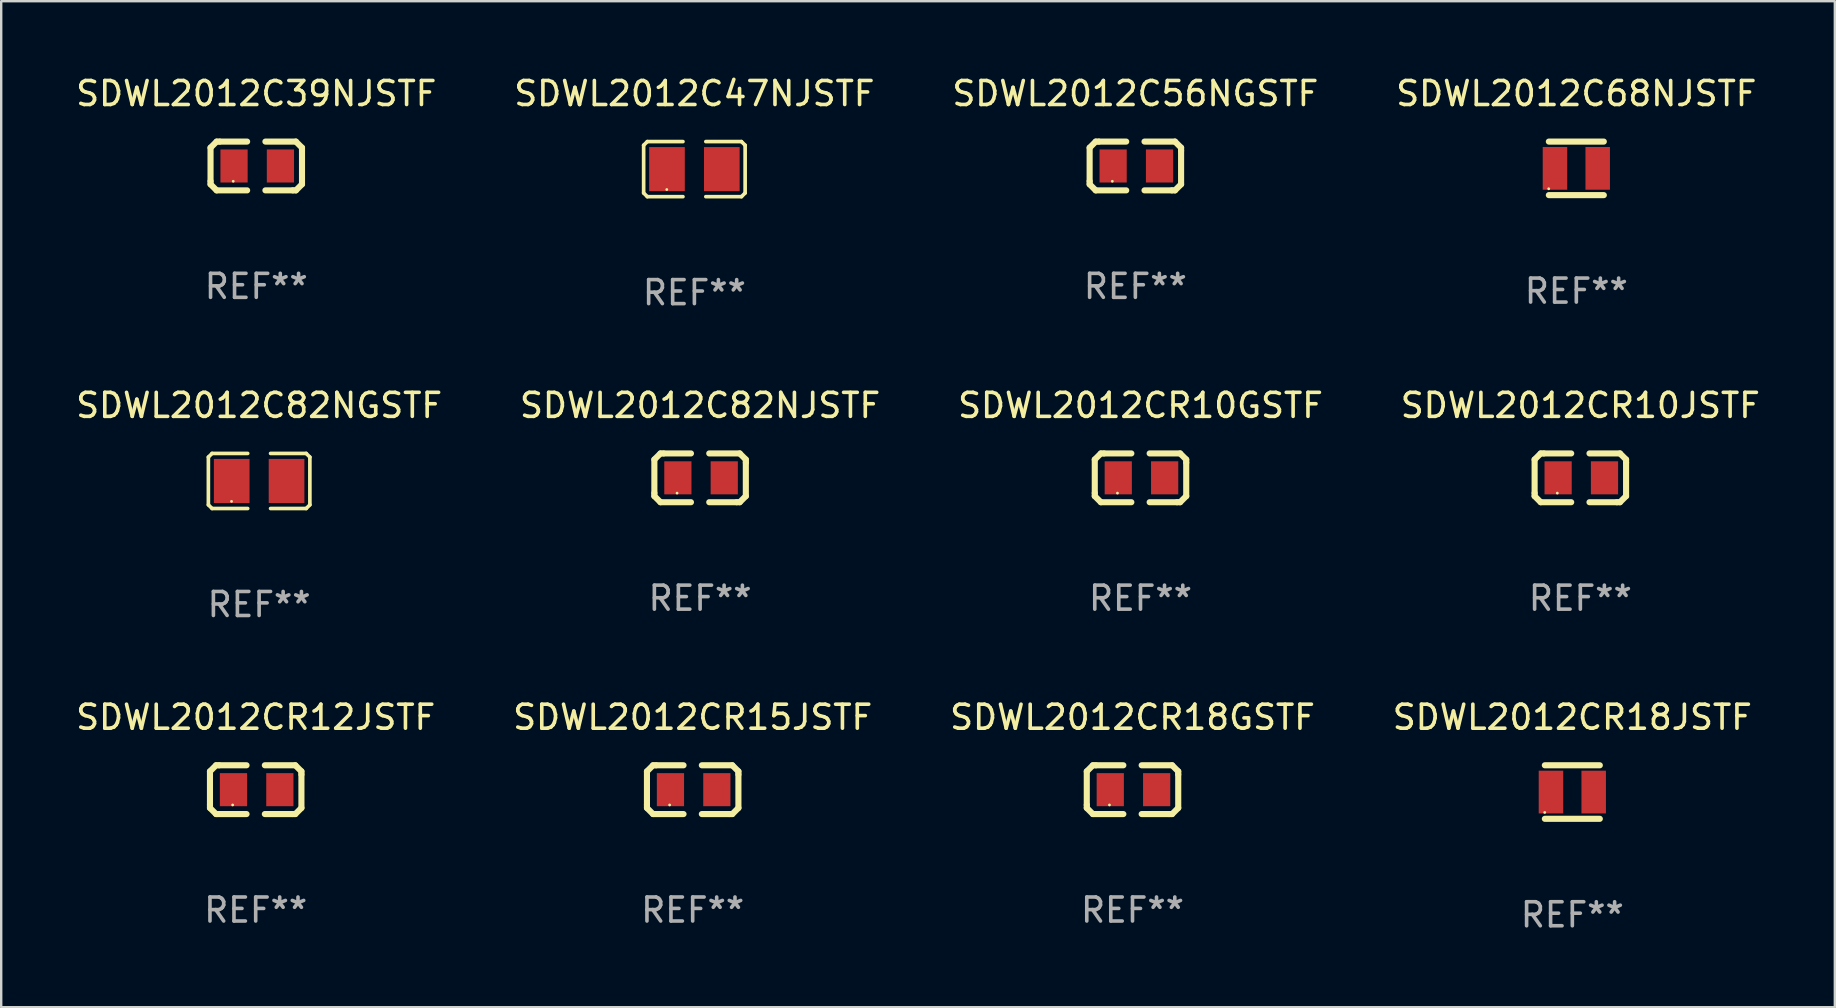
<source format=kicad_pcb>
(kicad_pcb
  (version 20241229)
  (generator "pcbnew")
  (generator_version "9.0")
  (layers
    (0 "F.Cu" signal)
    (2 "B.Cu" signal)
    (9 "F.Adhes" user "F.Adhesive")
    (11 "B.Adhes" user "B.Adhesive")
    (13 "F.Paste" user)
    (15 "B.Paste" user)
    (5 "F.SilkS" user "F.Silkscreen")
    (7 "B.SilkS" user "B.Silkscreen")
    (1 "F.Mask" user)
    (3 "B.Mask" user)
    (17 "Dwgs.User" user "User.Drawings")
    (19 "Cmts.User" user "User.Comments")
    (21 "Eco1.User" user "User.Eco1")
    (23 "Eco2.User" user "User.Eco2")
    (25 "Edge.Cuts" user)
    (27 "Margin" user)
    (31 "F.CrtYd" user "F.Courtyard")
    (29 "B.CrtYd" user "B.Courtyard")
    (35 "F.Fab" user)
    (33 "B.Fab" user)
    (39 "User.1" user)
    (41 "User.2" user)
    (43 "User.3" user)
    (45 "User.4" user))
  (footprint "SDWL2012C68NJSTF"
    (layer "F.Cu")
    (at 62.613 3.963)
    (property "Reference" "SDWL2012C68NJSTF" (at 0 -3.115 0) (layer "F.SilkS") (effects (font (size 1 1) (thickness 0.15))))
    (attr through_hole)
    (fp_line (start -1.145 -1.115) (end 1.145 -1.115) (stroke (width 0.254) (type solid)) (layer "F.SilkS"))
    (fp_line (start -1.145 1.115) (end 1.145 1.115) (stroke (width 0.254) (type solid)) (layer "F.SilkS"))
    (fp_circle (center -1.15 0.85) (end -1.12 0.85) (stroke (width 0.06) (type solid)) (fill no) (layer "F.SilkS"))
    (fp_text user "REF**" (at 0 5.115 0) (layer "F.Fab") (effects (font (size 1 1) (thickness 0.15))))
    (pad "1" smd rect (at -0.89 0 90) (size 1.78 1.02) (layers "F.Cu" "F.Mask" "F.Paste"))
    (pad "2" smd rect (at 0.89 0 90) (size 1.78 1.02) (layers "F.Cu" "F.Mask" "F.Paste")))
  (footprint "SDWL2012CR15JSTF"
    (layer "F.Cu")
    (at 25.804 29.844)
    (property "Reference" "SDWL2012CR15JSTF" (at 0 -3.016 0) (layer "F.SilkS") (effects (font (size 1 1) (thickness 0.15))))
    (attr through_hole)
    (fp_line (start -1.905 -0.762) (end -1.905 0.635) (stroke (width 0.254) (type solid)) (layer "F.SilkS"))
    (fp_line (start -1.905 0.635) (end -1.905 0.762) (stroke (width 0.254) (type solid)) (layer "F.SilkS"))
    (fp_line (start -1.905 0.762) (end -1.651 1.016) (stroke (width 0.254) (type solid)) (layer "F.SilkS"))
    (fp_line (start -1.651 -1.016) (end -1.905 -0.762) (stroke (width 0.254) (type solid)) (layer "F.SilkS"))
    (fp_line (start -1.651 1.016) (end -0.381 1.016) (stroke (width 0.254) (type solid)) (layer "F.SilkS"))
    (fp_line (start -1.524 -1.016) (end -1.651 -1.016) (stroke (width 0.254) (type solid)) (layer "F.SilkS"))
    (fp_line (start -0.381 -1.016) (end -1.524 -1.016) (stroke (width 0.254) (type solid)) (layer "F.SilkS"))
    (fp_line (start 0.381 1.016) (end 1.524 1.016) (stroke (width 0.254) (type solid)) (layer "F.SilkS"))
    (fp_line (start 1.524 1.016) (end 1.651 1.016) (stroke (width 0.254) (type solid)) (layer "F.SilkS"))
    (fp_line (start 1.651 -1.016) (end 0.381 -1.016) (stroke (width 0.254) (type solid)) (layer "F.SilkS"))
    (fp_line (start 1.651 1.016) (end 1.905 0.762) (stroke (width 0.254) (type solid)) (layer "F.SilkS"))
    (fp_line (start 1.905 -0.762) (end 1.651 -1.016) (stroke (width 0.254) (type solid)) (layer "F.SilkS"))
    (fp_line (start 1.905 -0.635) (end 1.905 -0.762) (stroke (width 0.254) (type solid)) (layer "F.SilkS"))
    (fp_line (start 1.905 0.762) (end 1.905 -0.635) (stroke (width 0.254) (type solid)) (layer "F.SilkS"))
    (fp_circle (center -0.96 0.637) (end -0.93 0.637) (stroke (width 0.06) (type solid)) (fill no) (layer "F.SilkS"))
    (fp_text user "REF**" (at 0 5.016 0) (layer "F.Fab") (effects (font (size 1 1) (thickness 0.15))))
    (pad "1" smd rect (at -0.926 -0.000051) (size 1.133 1.377) (layers "F.Cu" "F.Mask" "F.Paste"))
    (pad "2" smd rect (at 1.006 -0.000051) (size 1.133 1.377) (layers "F.Cu" "F.Mask" "F.Paste")))
  (footprint "SDWL2012CR18JSTF"
    (layer "F.Cu")
    (at 62.446 29.943)
    (property "Reference" "SDWL2012CR18JSTF" (at 0 -3.115 0) (layer "F.SilkS") (effects (font (size 1 1) (thickness 0.15))))
    (attr through_hole)
    (fp_line (start -1.145 -1.115) (end 1.145 -1.115) (stroke (width 0.254) (type solid)) (layer "F.SilkS"))
    (fp_line (start -1.145 1.115) (end 1.145 1.115) (stroke (width 0.254) (type solid)) (layer "F.SilkS"))
    (fp_circle (center -1.15 0.85) (end -1.12 0.85) (stroke (width 0.06) (type solid)) (fill no) (layer "F.SilkS"))
    (fp_text user "REF**" (at 0 5.115 0) (layer "F.Fab") (effects (font (size 1 1) (thickness 0.15))))
    (pad "1" smd rect (at -0.89 0 90) (size 1.78 1.02) (layers "F.Cu" "F.Mask" "F.Paste"))
    (pad "2" smd rect (at 0.89 0 90) (size 1.78 1.02) (layers "F.Cu" "F.Mask" "F.Paste")))
  (footprint "SDWL2012C82NGSTF"
    (layer "F.Cu")
    (at 7.744 16.985)
    (property "Reference" "SDWL2012C82NGSTF" (at 0 -3.147 0) (layer "F.SilkS") (effects (font (size 1 1) (thickness 0.15))))
    (attr through_hole)
    (fp_line (start -2.114 -0.994) (end -2.114 0.994) (stroke (width 0.152) (type solid)) (layer "F.SilkS"))
    (fp_line (start -2.114 0.994) (end -1.961 1.147) (stroke (width 0.152) (type solid)) (layer "F.SilkS"))
    (fp_line (start -1.961 -1.147) (end -2.114 -0.994) (stroke (width 0.152) (type solid)) (layer "F.SilkS"))
    (fp_line (start -1.961 1.147) (end -0.476 1.147) (stroke (width 0.152) (type solid)) (layer "F.SilkS"))
    (fp_line (start -0.476 -1.147) (end -1.961 -1.147) (stroke (width 0.152) (type solid)) (layer "F.SilkS"))
    (fp_line (start 0.476 -1.147) (end 1.961 -1.147) (stroke (width 0.152) (type solid)) (layer "F.SilkS"))
    (fp_line (start 1.961 -1.147) (end 2.114 -0.994) (stroke (width 0.152) (type solid)) (layer "F.SilkS"))
    (fp_line (start 1.961 1.147) (end 0.476 1.147) (stroke (width 0.152) (type solid)) (layer "F.SilkS"))
    (fp_line (start 2.114 -0.994) (end 2.114 0.994) (stroke (width 0.152) (type solid)) (layer "F.SilkS"))
    (fp_line (start 2.114 0.994) (end 1.961 1.147) (stroke (width 0.152) (type solid)) (layer "F.SilkS"))
    (fp_circle (center -1.15 0.85) (end -1.12 0.85) (stroke (width 0.06) (type solid)) (fill no) (layer "F.SilkS"))
    (fp_text user "REF**" (at 0 5.147 0) (layer "F.Fab") (effects (font (size 1 1) (thickness 0.15))))
    (pad "1" smd rect (at -1.142 0) (size 1.485 1.836) (layers "F.Cu" "F.Mask" "F.Paste"))
    (pad "2" smd rect (at 1.142 0) (size 1.485 1.836) (layers "F.Cu" "F.Mask" "F.Paste")))
  (footprint "SDWL2012C82NJSTF"
    (layer "F.Cu")
    (at 26.113 16.854)
    (property "Reference" "SDWL2012C82NJSTF" (at 0 -3.016 0) (layer "F.SilkS") (effects (font (size 1 1) (thickness 0.15))))
    (attr through_hole)
    (fp_line (start -1.905 -0.762) (end -1.905 0.635) (stroke (width 0.254) (type solid)) (layer "F.SilkS"))
    (fp_line (start -1.905 0.635) (end -1.905 0.762) (stroke (width 0.254) (type solid)) (layer "F.SilkS"))
    (fp_line (start -1.905 0.762) (end -1.651 1.016) (stroke (width 0.254) (type solid)) (layer "F.SilkS"))
    (fp_line (start -1.651 -1.016) (end -1.905 -0.762) (stroke (width 0.254) (type solid)) (layer "F.SilkS"))
    (fp_line (start -1.651 1.016) (end -0.381 1.016) (stroke (width 0.254) (type solid)) (layer "F.SilkS"))
    (fp_line (start -1.524 -1.016) (end -1.651 -1.016) (stroke (width 0.254) (type solid)) (layer "F.SilkS"))
    (fp_line (start -0.381 -1.016) (end -1.524 -1.016) (stroke (width 0.254) (type solid)) (layer "F.SilkS"))
    (fp_line (start 0.381 1.016) (end 1.524 1.016) (stroke (width 0.254) (type solid)) (layer "F.SilkS"))
    (fp_line (start 1.524 1.016) (end 1.651 1.016) (stroke (width 0.254) (type solid)) (layer "F.SilkS"))
    (fp_line (start 1.651 -1.016) (end 0.381 -1.016) (stroke (width 0.254) (type solid)) (layer "F.SilkS"))
    (fp_line (start 1.651 1.016) (end 1.905 0.762) (stroke (width 0.254) (type solid)) (layer "F.SilkS"))
    (fp_line (start 1.905 -0.762) (end 1.651 -1.016) (stroke (width 0.254) (type solid)) (layer "F.SilkS"))
    (fp_line (start 1.905 -0.635) (end 1.905 -0.762) (stroke (width 0.254) (type solid)) (layer "F.SilkS"))
    (fp_line (start 1.905 0.762) (end 1.905 -0.635) (stroke (width 0.254) (type solid)) (layer "F.SilkS"))
    (fp_circle (center -0.96 0.637) (end -0.93 0.637) (stroke (width 0.06) (type solid)) (fill no) (layer "F.SilkS"))
    (fp_text user "REF**" (at 0 5.016 0) (layer "F.Fab") (effects (font (size 1 1) (thickness 0.15))))
    (pad "1" smd rect (at -0.926 -0.000051) (size 1.133 1.377) (layers "F.Cu" "F.Mask" "F.Paste"))
    (pad "2" smd rect (at 1.006 -0.000051) (size 1.133 1.377) (layers "F.Cu" "F.Mask" "F.Paste")))
  (footprint "SDWL2012C39NJSTF"
    (layer "F.Cu")
    (at 7.625 3.864)
    (property "Reference" "SDWL2012C39NJSTF" (at 0 -3.016 0) (layer "F.SilkS") (effects (font (size 1 1) (thickness 0.15))))
    (attr through_hole)
    (fp_line (start -1.905 -0.762) (end -1.905 0.635) (stroke (width 0.254) (type solid)) (layer "F.SilkS"))
    (fp_line (start -1.905 0.635) (end -1.905 0.762) (stroke (width 0.254) (type solid)) (layer "F.SilkS"))
    (fp_line (start -1.905 0.762) (end -1.651 1.016) (stroke (width 0.254) (type solid)) (layer "F.SilkS"))
    (fp_line (start -1.651 -1.016) (end -1.905 -0.762) (stroke (width 0.254) (type solid)) (layer "F.SilkS"))
    (fp_line (start -1.651 1.016) (end -0.381 1.016) (stroke (width 0.254) (type solid)) (layer "F.SilkS"))
    (fp_line (start -1.524 -1.016) (end -1.651 -1.016) (stroke (width 0.254) (type solid)) (layer "F.SilkS"))
    (fp_line (start -0.381 -1.016) (end -1.524 -1.016) (stroke (width 0.254) (type solid)) (layer "F.SilkS"))
    (fp_line (start 0.381 1.016) (end 1.524 1.016) (stroke (width 0.254) (type solid)) (layer "F.SilkS"))
    (fp_line (start 1.524 1.016) (end 1.651 1.016) (stroke (width 0.254) (type solid)) (layer "F.SilkS"))
    (fp_line (start 1.651 -1.016) (end 0.381 -1.016) (stroke (width 0.254) (type solid)) (layer "F.SilkS"))
    (fp_line (start 1.651 1.016) (end 1.905 0.762) (stroke (width 0.254) (type solid)) (layer "F.SilkS"))
    (fp_line (start 1.905 -0.762) (end 1.651 -1.016) (stroke (width 0.254) (type solid)) (layer "F.SilkS"))
    (fp_line (start 1.905 -0.635) (end 1.905 -0.762) (stroke (width 0.254) (type solid)) (layer "F.SilkS"))
    (fp_line (start 1.905 0.762) (end 1.905 -0.635) (stroke (width 0.254) (type solid)) (layer "F.SilkS"))
    (fp_circle (center -0.96 0.637) (end -0.93 0.637) (stroke (width 0.06) (type solid)) (fill no) (layer "F.SilkS"))
    (fp_text user "REF**" (at 0 5.016 0) (layer "F.Fab") (effects (font (size 1 1) (thickness 0.15))))
    (pad "1" smd rect (at -0.926 -0.000051) (size 1.133 1.377) (layers "F.Cu" "F.Mask" "F.Paste"))
    (pad "2" smd rect (at 1.006 -0.000051) (size 1.133 1.377) (layers "F.Cu" "F.Mask" "F.Paste")))
  (footprint "SDWL2012CR10GSTF"
    (layer "F.Cu")
    (at 44.458 16.854)
    (property "Reference" "SDWL2012CR10GSTF" (at 0 -3.016 0) (layer "F.SilkS") (effects (font (size 1 1) (thickness 0.15))))
    (attr through_hole)
    (fp_line (start -1.905 -0.762) (end -1.905 0.635) (stroke (width 0.254) (type solid)) (layer "F.SilkS"))
    (fp_line (start -1.905 0.635) (end -1.905 0.762) (stroke (width 0.254) (type solid)) (layer "F.SilkS"))
    (fp_line (start -1.905 0.762) (end -1.651 1.016) (stroke (width 0.254) (type solid)) (layer "F.SilkS"))
    (fp_line (start -1.651 -1.016) (end -1.905 -0.762) (stroke (width 0.254) (type solid)) (layer "F.SilkS"))
    (fp_line (start -1.651 1.016) (end -0.381 1.016) (stroke (width 0.254) (type solid)) (layer "F.SilkS"))
    (fp_line (start -1.524 -1.016) (end -1.651 -1.016) (stroke (width 0.254) (type solid)) (layer "F.SilkS"))
    (fp_line (start -0.381 -1.016) (end -1.524 -1.016) (stroke (width 0.254) (type solid)) (layer "F.SilkS"))
    (fp_line (start 0.381 1.016) (end 1.524 1.016) (stroke (width 0.254) (type solid)) (layer "F.SilkS"))
    (fp_line (start 1.524 1.016) (end 1.651 1.016) (stroke (width 0.254) (type solid)) (layer "F.SilkS"))
    (fp_line (start 1.651 -1.016) (end 0.381 -1.016) (stroke (width 0.254) (type solid)) (layer "F.SilkS"))
    (fp_line (start 1.651 1.016) (end 1.905 0.762) (stroke (width 0.254) (type solid)) (layer "F.SilkS"))
    (fp_line (start 1.905 -0.762) (end 1.651 -1.016) (stroke (width 0.254) (type solid)) (layer "F.SilkS"))
    (fp_line (start 1.905 -0.635) (end 1.905 -0.762) (stroke (width 0.254) (type solid)) (layer "F.SilkS"))
    (fp_line (start 1.905 0.762) (end 1.905 -0.635) (stroke (width 0.254) (type solid)) (layer "F.SilkS"))
    (fp_circle (center -0.96 0.637) (end -0.93 0.637) (stroke (width 0.06) (type solid)) (fill no) (layer "F.SilkS"))
    (fp_text user "REF**" (at 0 5.016 0) (layer "F.Fab") (effects (font (size 1 1) (thickness 0.15))))
    (pad "1" smd rect (at -0.926 -0.000051) (size 1.133 1.377) (layers "F.Cu" "F.Mask" "F.Paste"))
    (pad "2" smd rect (at 1.006 -0.000051) (size 1.133 1.377) (layers "F.Cu" "F.Mask" "F.Paste")))
  (footprint "SDWL2012CR10JSTF"
    (layer "F.Cu")
    (at 62.78 16.854)
    (property "Reference" "SDWL2012CR10JSTF" (at 0 -3.016 0) (layer "F.SilkS") (effects (font (size 1 1) (thickness 0.15))))
    (attr through_hole)
    (fp_line (start -1.905 -0.762) (end -1.905 0.635) (stroke (width 0.254) (type solid)) (layer "F.SilkS"))
    (fp_line (start -1.905 0.635) (end -1.905 0.762) (stroke (width 0.254) (type solid)) (layer "F.SilkS"))
    (fp_line (start -1.905 0.762) (end -1.651 1.016) (stroke (width 0.254) (type solid)) (layer "F.SilkS"))
    (fp_line (start -1.651 -1.016) (end -1.905 -0.762) (stroke (width 0.254) (type solid)) (layer "F.SilkS"))
    (fp_line (start -1.651 1.016) (end -0.381 1.016) (stroke (width 0.254) (type solid)) (layer "F.SilkS"))
    (fp_line (start -1.524 -1.016) (end -1.651 -1.016) (stroke (width 0.254) (type solid)) (layer "F.SilkS"))
    (fp_line (start -0.381 -1.016) (end -1.524 -1.016) (stroke (width 0.254) (type solid)) (layer "F.SilkS"))
    (fp_line (start 0.381 1.016) (end 1.524 1.016) (stroke (width 0.254) (type solid)) (layer "F.SilkS"))
    (fp_line (start 1.524 1.016) (end 1.651 1.016) (stroke (width 0.254) (type solid)) (layer "F.SilkS"))
    (fp_line (start 1.651 -1.016) (end 0.381 -1.016) (stroke (width 0.254) (type solid)) (layer "F.SilkS"))
    (fp_line (start 1.651 1.016) (end 1.905 0.762) (stroke (width 0.254) (type solid)) (layer "F.SilkS"))
    (fp_line (start 1.905 -0.762) (end 1.651 -1.016) (stroke (width 0.254) (type solid)) (layer "F.SilkS"))
    (fp_line (start 1.905 -0.635) (end 1.905 -0.762) (stroke (width 0.254) (type solid)) (layer "F.SilkS"))
    (fp_line (start 1.905 0.762) (end 1.905 -0.635) (stroke (width 0.254) (type solid)) (layer "F.SilkS"))
    (fp_circle (center -0.96 0.637) (end -0.93 0.637) (stroke (width 0.06) (type solid)) (fill no) (layer "F.SilkS"))
    (fp_text user "REF**" (at 0 5.016 0) (layer "F.Fab") (effects (font (size 1 1) (thickness 0.15))))
    (pad "1" smd rect (at -0.926 -0.000051) (size 1.133 1.377) (layers "F.Cu" "F.Mask" "F.Paste"))
    (pad "2" smd rect (at 1.006 -0.000051) (size 1.133 1.377) (layers "F.Cu" "F.Mask" "F.Paste")))
  (footprint "SDWL2012CR12JSTF"
    (layer "F.Cu")
    (at 7.601 29.844)
    (property "Reference" "SDWL2012CR12JSTF" (at 0 -3.016 0) (layer "F.SilkS") (effects (font (size 1 1) (thickness 0.15))))
    (attr through_hole)
    (fp_line (start -1.905 -0.762) (end -1.905 0.635) (stroke (width 0.254) (type solid)) (layer "F.SilkS"))
    (fp_line (start -1.905 0.635) (end -1.905 0.762) (stroke (width 0.254) (type solid)) (layer "F.SilkS"))
    (fp_line (start -1.905 0.762) (end -1.651 1.016) (stroke (width 0.254) (type solid)) (layer "F.SilkS"))
    (fp_line (start -1.651 -1.016) (end -1.905 -0.762) (stroke (width 0.254) (type solid)) (layer "F.SilkS"))
    (fp_line (start -1.651 1.016) (end -0.381 1.016) (stroke (width 0.254) (type solid)) (layer "F.SilkS"))
    (fp_line (start -1.524 -1.016) (end -1.651 -1.016) (stroke (width 0.254) (type solid)) (layer "F.SilkS"))
    (fp_line (start -0.381 -1.016) (end -1.524 -1.016) (stroke (width 0.254) (type solid)) (layer "F.SilkS"))
    (fp_line (start 0.381 1.016) (end 1.524 1.016) (stroke (width 0.254) (type solid)) (layer "F.SilkS"))
    (fp_line (start 1.524 1.016) (end 1.651 1.016) (stroke (width 0.254) (type solid)) (layer "F.SilkS"))
    (fp_line (start 1.651 -1.016) (end 0.381 -1.016) (stroke (width 0.254) (type solid)) (layer "F.SilkS"))
    (fp_line (start 1.651 1.016) (end 1.905 0.762) (stroke (width 0.254) (type solid)) (layer "F.SilkS"))
    (fp_line (start 1.905 -0.762) (end 1.651 -1.016) (stroke (width 0.254) (type solid)) (layer "F.SilkS"))
    (fp_line (start 1.905 -0.635) (end 1.905 -0.762) (stroke (width 0.254) (type solid)) (layer "F.SilkS"))
    (fp_line (start 1.905 0.762) (end 1.905 -0.635) (stroke (width 0.254) (type solid)) (layer "F.SilkS"))
    (fp_circle (center -0.96 0.637) (end -0.93 0.637) (stroke (width 0.06) (type solid)) (fill no) (layer "F.SilkS"))
    (fp_text user "REF**" (at 0 5.016 0) (layer "F.Fab") (effects (font (size 1 1) (thickness 0.15))))
    (pad "1" smd rect (at -0.926 -0.000051) (size 1.133 1.377) (layers "F.Cu" "F.Mask" "F.Paste"))
    (pad "2" smd rect (at 1.006 -0.000051) (size 1.133 1.377) (layers "F.Cu" "F.Mask" "F.Paste")))
  (footprint "SDWL2012C56NGSTF"
    (layer "F.Cu")
    (at 44.244 3.864)
    (property "Reference" "SDWL2012C56NGSTF" (at 0 -3.016 0) (layer "F.SilkS") (effects (font (size 1 1) (thickness 0.15))))
    (attr through_hole)
    (fp_line (start -1.905 -0.762) (end -1.905 0.635) (stroke (width 0.254) (type solid)) (layer "F.SilkS"))
    (fp_line (start -1.905 0.635) (end -1.905 0.762) (stroke (width 0.254) (type solid)) (layer "F.SilkS"))
    (fp_line (start -1.905 0.762) (end -1.651 1.016) (stroke (width 0.254) (type solid)) (layer "F.SilkS"))
    (fp_line (start -1.651 -1.016) (end -1.905 -0.762) (stroke (width 0.254) (type solid)) (layer "F.SilkS"))
    (fp_line (start -1.651 1.016) (end -0.381 1.016) (stroke (width 0.254) (type solid)) (layer "F.SilkS"))
    (fp_line (start -1.524 -1.016) (end -1.651 -1.016) (stroke (width 0.254) (type solid)) (layer "F.SilkS"))
    (fp_line (start -0.381 -1.016) (end -1.524 -1.016) (stroke (width 0.254) (type solid)) (layer "F.SilkS"))
    (fp_line (start 0.381 1.016) (end 1.524 1.016) (stroke (width 0.254) (type solid)) (layer "F.SilkS"))
    (fp_line (start 1.524 1.016) (end 1.651 1.016) (stroke (width 0.254) (type solid)) (layer "F.SilkS"))
    (fp_line (start 1.651 -1.016) (end 0.381 -1.016) (stroke (width 0.254) (type solid)) (layer "F.SilkS"))
    (fp_line (start 1.651 1.016) (end 1.905 0.762) (stroke (width 0.254) (type solid)) (layer "F.SilkS"))
    (fp_line (start 1.905 -0.762) (end 1.651 -1.016) (stroke (width 0.254) (type solid)) (layer "F.SilkS"))
    (fp_line (start 1.905 -0.635) (end 1.905 -0.762) (stroke (width 0.254) (type solid)) (layer "F.SilkS"))
    (fp_line (start 1.905 0.762) (end 1.905 -0.635) (stroke (width 0.254) (type solid)) (layer "F.SilkS"))
    (fp_circle (center -0.96 0.637) (end -0.93 0.637) (stroke (width 0.06) (type solid)) (fill no) (layer "F.SilkS"))
    (fp_text user "REF**" (at 0 5.016 0) (layer "F.Fab") (effects (font (size 1 1) (thickness 0.15))))
    (pad "1" smd rect (at -0.926 -0.000051) (size 1.133 1.377) (layers "F.Cu" "F.Mask" "F.Paste"))
    (pad "2" smd rect (at 1.006 -0.000051) (size 1.133 1.377) (layers "F.Cu" "F.Mask" "F.Paste")))
  (footprint "SDWL2012CR18GSTF"
    (layer "F.Cu")
    (at 44.125 29.844)
    (property "Reference" "SDWL2012CR18GSTF" (at 0 -3.016 0) (layer "F.SilkS") (effects (font (size 1 1) (thickness 0.15))))
    (attr through_hole)
    (fp_line (start -1.905 -0.762) (end -1.905 0.635) (stroke (width 0.254) (type solid)) (layer "F.SilkS"))
    (fp_line (start -1.905 0.635) (end -1.905 0.762) (stroke (width 0.254) (type solid)) (layer "F.SilkS"))
    (fp_line (start -1.905 0.762) (end -1.651 1.016) (stroke (width 0.254) (type solid)) (layer "F.SilkS"))
    (fp_line (start -1.651 -1.016) (end -1.905 -0.762) (stroke (width 0.254) (type solid)) (layer "F.SilkS"))
    (fp_line (start -1.651 1.016) (end -0.381 1.016) (stroke (width 0.254) (type solid)) (layer "F.SilkS"))
    (fp_line (start -1.524 -1.016) (end -1.651 -1.016) (stroke (width 0.254) (type solid)) (layer "F.SilkS"))
    (fp_line (start -0.381 -1.016) (end -1.524 -1.016) (stroke (width 0.254) (type solid)) (layer "F.SilkS"))
    (fp_line (start 0.381 1.016) (end 1.524 1.016) (stroke (width 0.254) (type solid)) (layer "F.SilkS"))
    (fp_line (start 1.524 1.016) (end 1.651 1.016) (stroke (width 0.254) (type solid)) (layer "F.SilkS"))
    (fp_line (start 1.651 -1.016) (end 0.381 -1.016) (stroke (width 0.254) (type solid)) (layer "F.SilkS"))
    (fp_line (start 1.651 1.016) (end 1.905 0.762) (stroke (width 0.254) (type solid)) (layer "F.SilkS"))
    (fp_line (start 1.905 -0.762) (end 1.651 -1.016) (stroke (width 0.254) (type solid)) (layer "F.SilkS"))
    (fp_line (start 1.905 -0.635) (end 1.905 -0.762) (stroke (width 0.254) (type solid)) (layer "F.SilkS"))
    (fp_line (start 1.905 0.762) (end 1.905 -0.635) (stroke (width 0.254) (type solid)) (layer "F.SilkS"))
    (fp_circle (center -0.96 0.637) (end -0.93 0.637) (stroke (width 0.06) (type solid)) (fill no) (layer "F.SilkS"))
    (fp_text user "REF**" (at 0 5.016 0) (layer "F.Fab") (effects (font (size 1 1) (thickness 0.15))))
    (pad "1" smd rect (at -0.926 -0.000051) (size 1.133 1.377) (layers "F.Cu" "F.Mask" "F.Paste"))
    (pad "2" smd rect (at 1.006 -0.000051) (size 1.133 1.377) (layers "F.Cu" "F.Mask" "F.Paste")))
  (footprint "SDWL2012C47NJSTF"
    (layer "F.Cu")
    (at 25.875 3.995)
    (property "Reference" "SDWL2012C47NJSTF" (at 0 -3.147 0) (layer "F.SilkS") (effects (font (size 1 1) (thickness 0.15))))
    (attr through_hole)
    (fp_line (start -2.114 -0.994) (end -2.114 0.994) (stroke (width 0.152) (type solid)) (layer "F.SilkS"))
    (fp_line (start -2.114 0.994) (end -1.961 1.147) (stroke (width 0.152) (type solid)) (layer "F.SilkS"))
    (fp_line (start -1.961 -1.147) (end -2.114 -0.994) (stroke (width 0.152) (type solid)) (layer "F.SilkS"))
    (fp_line (start -1.961 1.147) (end -0.476 1.147) (stroke (width 0.152) (type solid)) (layer "F.SilkS"))
    (fp_line (start -0.476 -1.147) (end -1.961 -1.147) (stroke (width 0.152) (type solid)) (layer "F.SilkS"))
    (fp_line (start 0.476 -1.147) (end 1.961 -1.147) (stroke (width 0.152) (type solid)) (layer "F.SilkS"))
    (fp_line (start 1.961 -1.147) (end 2.114 -0.994) (stroke (width 0.152) (type solid)) (layer "F.SilkS"))
    (fp_line (start 1.961 1.147) (end 0.476 1.147) (stroke (width 0.152) (type solid)) (layer "F.SilkS"))
    (fp_line (start 2.114 -0.994) (end 2.114 0.994) (stroke (width 0.152) (type solid)) (layer "F.SilkS"))
    (fp_line (start 2.114 0.994) (end 1.961 1.147) (stroke (width 0.152) (type solid)) (layer "F.SilkS"))
    (fp_circle (center -1.15 0.85) (end -1.12 0.85) (stroke (width 0.06) (type solid)) (fill no) (layer "F.SilkS"))
    (fp_text user "REF**" (at 0 5.147 0) (layer "F.Fab") (effects (font (size 1 1) (thickness 0.15))))
    (pad "1" smd rect (at -1.142 0) (size 1.485 1.836) (layers "F.Cu" "F.Mask" "F.Paste"))
    (pad "2" smd rect (at 1.142 0) (size 1.485 1.836) (layers "F.Cu" "F.Mask" "F.Paste")))
  (gr_rect
    (start -3 -3)
    (end 73.381 38.906)
    (stroke (width 0.1) (type default))
    (fill no)
    (layer "Edge.Cuts")))
</source>
